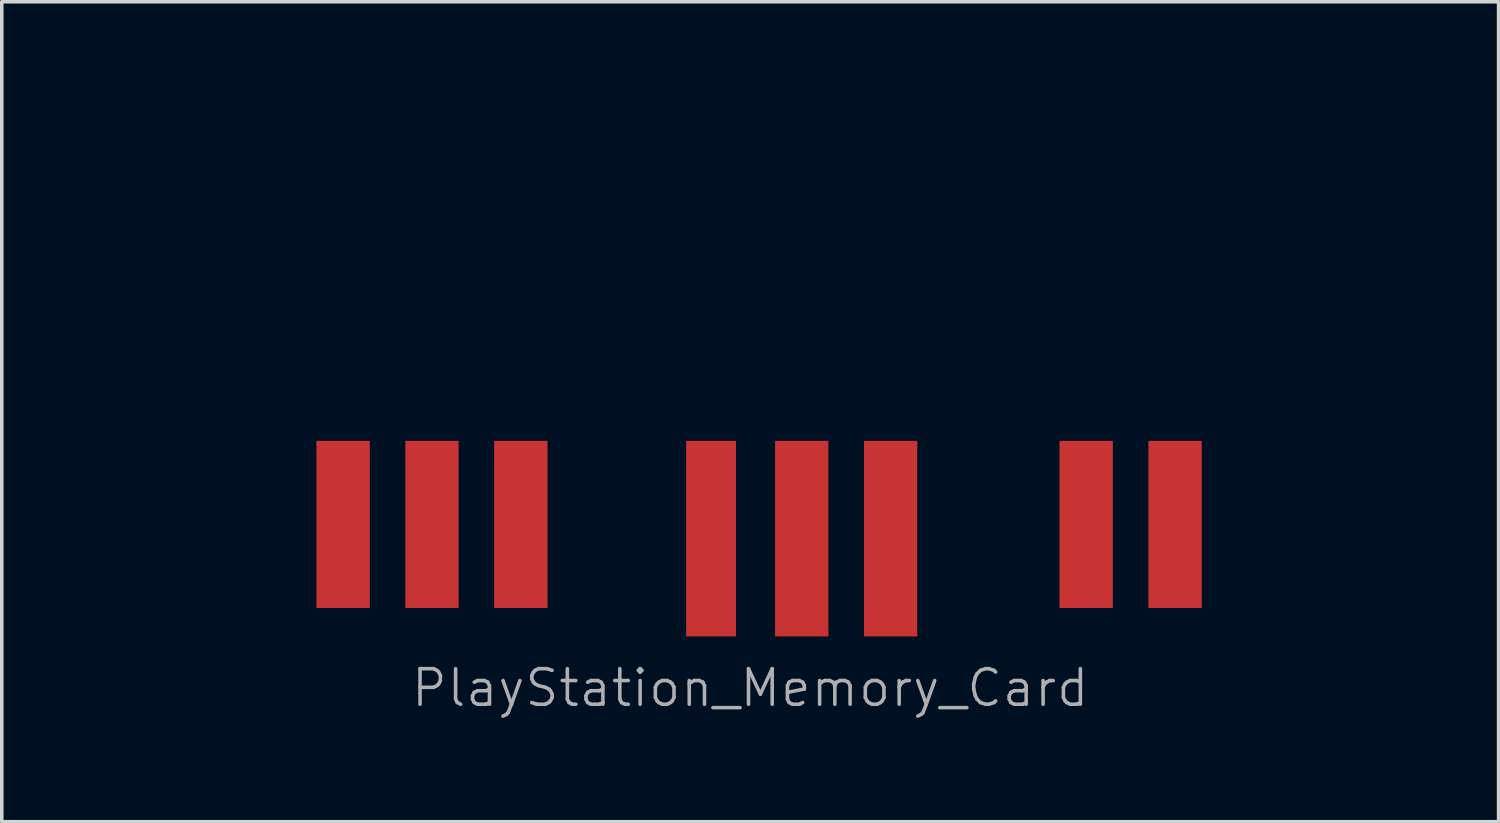
<source format=kicad_pcb>
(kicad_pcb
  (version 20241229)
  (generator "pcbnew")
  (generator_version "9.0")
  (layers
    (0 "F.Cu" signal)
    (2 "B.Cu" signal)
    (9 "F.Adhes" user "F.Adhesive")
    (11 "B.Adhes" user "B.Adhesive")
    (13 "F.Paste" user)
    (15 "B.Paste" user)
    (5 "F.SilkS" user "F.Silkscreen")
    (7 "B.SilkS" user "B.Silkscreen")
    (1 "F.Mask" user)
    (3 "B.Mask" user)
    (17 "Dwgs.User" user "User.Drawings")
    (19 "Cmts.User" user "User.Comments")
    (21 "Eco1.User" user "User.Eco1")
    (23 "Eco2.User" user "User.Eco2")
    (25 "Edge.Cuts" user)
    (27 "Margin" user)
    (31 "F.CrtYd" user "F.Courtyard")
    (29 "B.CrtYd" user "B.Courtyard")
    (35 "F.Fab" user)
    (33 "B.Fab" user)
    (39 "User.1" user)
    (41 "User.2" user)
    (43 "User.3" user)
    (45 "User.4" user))
  (footprint "PlayStation_Memory_Card"
    (layer "F.Cu")
    (at 18.05 15.05)
    (property "Reference" "PlayStation_Memory_Card" (at 0 1.25 0) (layer "F.Fab") (effects (font (size 1 1) (thickness 0.1))))
    (attr smd)
    (fp_line (start -18 -12) (end -18 -15) (stroke (width 0.1) (type solid)) (layer "Eco1.User"))
    (fp_line (start -14.7 -12) (end -18 -12) (stroke (width 0.1) (type solid)) (layer "Eco1.User"))
    (fp_line (start -14.7 -12) (end -14.7 -9.1) (stroke (width 0.1) (type solid)) (layer "Eco1.User"))
    (fp_line (start -14.7 -9.1) (end -12.65 -9.1) (stroke (width 0.1) (type solid)) (layer "Eco1.User"))
    (fp_line (start -12.65 -9.1) (end -12.65 0) (stroke (width 0.1) (type solid)) (layer "Eco1.User"))
    (fp_line (start -12.65 0) (end -3.85 0) (stroke (width 0.1) (type solid)) (layer "Eco1.User"))
    (fp_line (start -3.85 -9.1) (end -2.25 -9.1) (stroke (width 0.1) (type solid)) (layer "Eco1.User"))
    (fp_line (start -3.85 0) (end -3.85 -9.1) (stroke (width 0.1) (type solid)) (layer "Eco1.User"))
    (fp_line (start -2.25 -9.1) (end -2.25 0) (stroke (width 0.1) (type solid)) (layer "Eco1.User"))
    (fp_line (start -2.25 0) (end 6.65 0) (stroke (width 0.1) (type solid)) (layer "Eco1.User"))
    (fp_line (start 6.65 -9.1) (end 6.65 0) (stroke (width 0.1) (type solid)) (layer "Eco1.User"))
    (fp_line (start 6.65 -9.1) (end 8.25 -9.1) (stroke (width 0.1) (type solid)) (layer "Eco1.User"))
    (fp_line (start 8.25 -9.1) (end 8.25 0) (stroke (width 0.1) (type solid)) (layer "Eco1.User"))
    (fp_line (start 8.25 0) (end 14.7 0) (stroke (width 0.1) (type solid)) (layer "Eco1.User"))
    (fp_line (start 14.7 -12) (end 18 -12) (stroke (width 0.1) (type solid)) (layer "Eco1.User"))
    (fp_line (start 14.7 0) (end 14.7 -12) (stroke (width 0.1) (type solid)) (layer "Eco1.User"))
    (fp_line (start 18 -12) (end 18 -15) (stroke (width 0.1) (type solid)) (layer "Eco1.User"))
    (pad "1" smd rect (at 11.95 -3.35) (size 1.5 4.7) (layers "F.Cu" "F.Mask"))
    (pad "2" smd rect (at 9.45 -3.35) (size 1.5 4.7) (layers "F.Cu" "F.Mask"))
    (pad "3" smd rect (at 3.95 -2.95) (size 1.5 5.5) (layers "F.Cu" "F.Mask"))
    (pad "4" smd rect (at 1.45 -2.95) (size 1.5 5.5) (layers "F.Cu" "F.Mask"))
    (pad "5" smd rect (at -1.1 -2.95) (size 1.4 5.5) (layers "F.Cu" "F.Mask"))
    (pad "6" smd rect (at -6.45 -3.35) (size 1.5 4.7) (layers "F.Cu" "F.Mask"))
    (pad "7" smd rect (at -8.95 -3.35) (size 1.5 4.7) (layers "F.Cu" "F.Mask"))
    (pad "8" smd rect (at -11.45 -3.35) (size 1.5 4.7) (layers "F.Cu" "F.Mask")))
  (gr_rect
    (start -3 -3)
    (end 39.1 20.061)
    (stroke (width 0.1) (type default))
    (fill no)
    (layer "Edge.Cuts")))
</source>
